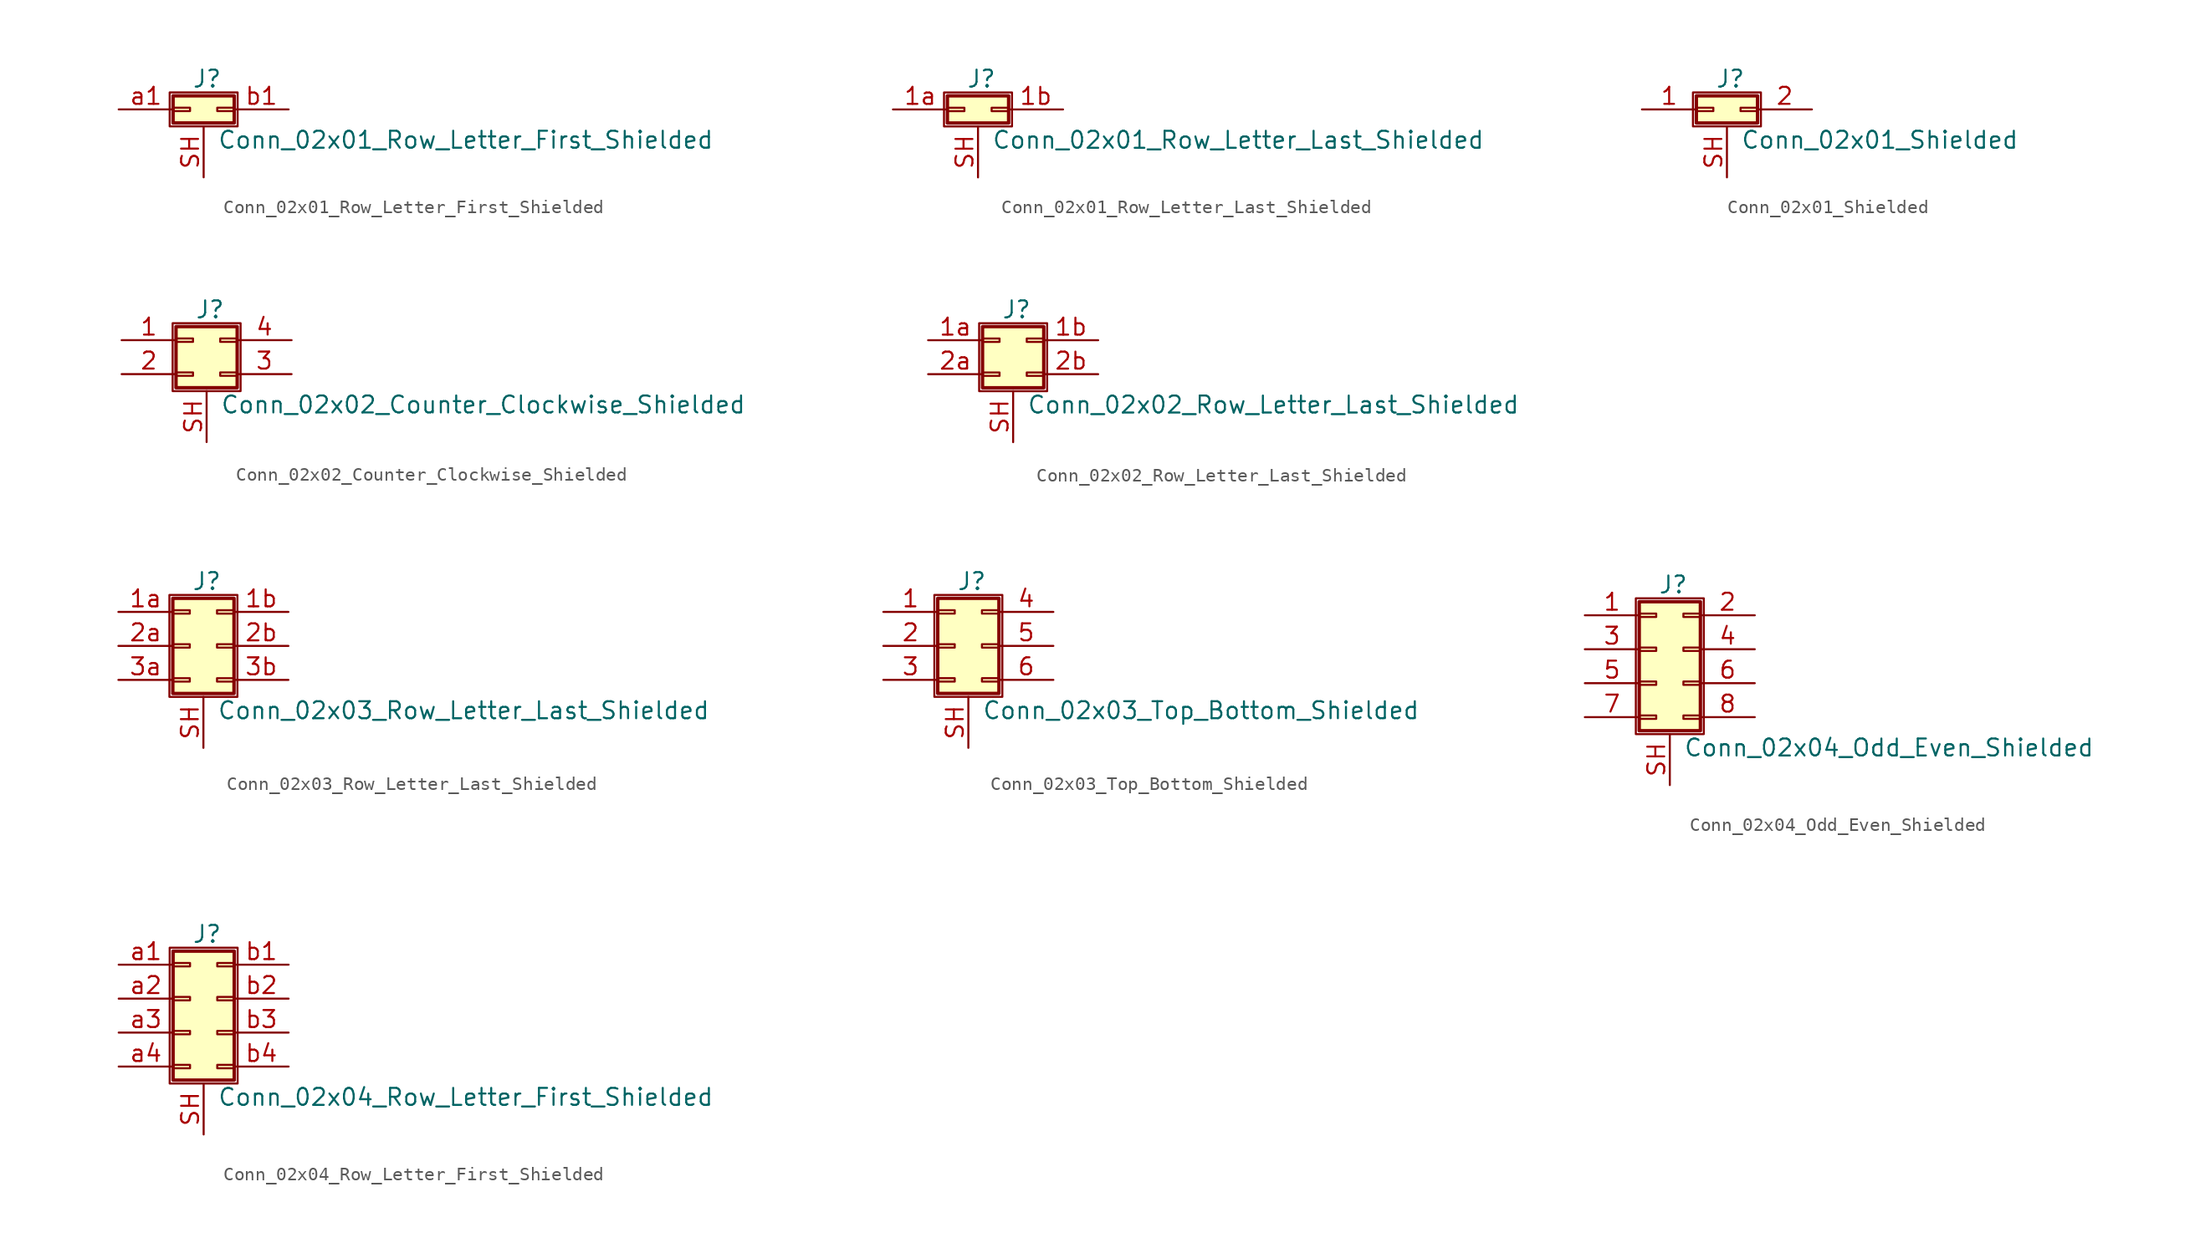
<source format=kicad_sym>
(kicad_symbol_lib
  (version 20211014)
  (generator kicad_symbol_editor)
  (symbol "Conn_02x01_Row_Letter_First_Shielded"
    (pin_names
      (offset 1.016) hide)
    (property "Reference" "J"
      (at 1.524 2.286 0)
      (effects (font (size 1.27 1.27))))
    (property "Value" "Conn_02x01_Row_Letter_First_Shielded"
      (at 2.286 -2.286 0)
      (effects (font (size 1.27 1.27)) (justify left)))
    (symbol "Conn_02x01_Row_Letter_First_Shielded_1_1"
      (rectangle (start -1.27 1.27) (end 3.81 -1.27) (stroke (width 0.152) (type default) (color 0 0 0 0)) (fill (type none)))
      (rectangle (start -1.016 0.127) (end 0.254 -0.127) (stroke (width 0.152) (type default) (color 0 0 0 0)) (fill (type none)))
      (rectangle (start -1.016 1.016) (end 3.556 -1.016) (stroke (width 0.254) (type default) (color 0 0 0 0)) (fill (type background)))
      (rectangle (start 3.556 0.127) (end 2.286 -0.127) (stroke (width 0.152) (type default) (color 0 0 0 0)) (fill (type none)))
      (pin passive line (at 1.27 -5.08 90) (length 3.81) (name "Shield" (effects (font (size 1.27 1.27)))) (number "SH" (effects (font (size 1.27 1.27)))))
      (pin passive line (at -5.08 0 0) (length 4.064) (name "Pin_a1" (effects (font (size 1.27 1.27)))) (number "a1" (effects (font (size 1.27 1.27)))))
      (pin passive line (at 7.62 0 180) (length 4.064) (name "Pin_b1" (effects (font (size 1.27 1.27)))) (number "b1" (effects (font (size 1.27 1.27)))))))
  (symbol "Conn_02x01_Row_Letter_Last_Shielded"
    (pin_names
      (offset 1.016) hide)
    (property "Reference" "J"
      (at 1.524 2.286 0)
      (effects (font (size 1.27 1.27))))
    (property "Value" "Conn_02x01_Row_Letter_Last_Shielded"
      (at 2.286 -2.286 0)
      (effects (font (size 1.27 1.27)) (justify left)))
    (symbol "Conn_02x01_Row_Letter_Last_Shielded_1_1"
      (rectangle (start -1.27 1.27) (end 3.81 -1.27) (stroke (width 0.152) (type default) (color 0 0 0 0)) (fill (type none)))
      (rectangle (start -1.016 0.127) (end 0.254 -0.127) (stroke (width 0.152) (type default) (color 0 0 0 0)) (fill (type none)))
      (rectangle (start -1.016 1.016) (end 3.556 -1.016) (stroke (width 0.254) (type default) (color 0 0 0 0)) (fill (type background)))
      (rectangle (start 3.556 0.127) (end 2.286 -0.127) (stroke (width 0.152) (type default) (color 0 0 0 0)) (fill (type none)))
      (pin passive line (at -5.08 0 0) (length 4.064) (name "Pin_1a" (effects (font (size 1.27 1.27)))) (number "1a" (effects (font (size 1.27 1.27)))))
      (pin passive line (at 7.62 0 180) (length 4.064) (name "Pin_1b" (effects (font (size 1.27 1.27)))) (number "1b" (effects (font (size 1.27 1.27)))))
      (pin passive line (at 1.27 -5.08 90) (length 3.81) (name "Shield" (effects (font (size 1.27 1.27)))) (number "SH" (effects (font (size 1.27 1.27)))))))
  (symbol "Conn_02x01_Shielded"
    (pin_names
      (offset 1.016) hide)
    (property "Reference" "J"
      (at 1.524 2.286 0)
      (effects (font (size 1.27 1.27))))
    (property "Value" "Conn_02x01_Shielded"
      (at 2.286 -2.286 0)
      (effects (font (size 1.27 1.27)) (justify left)))
    (symbol "Conn_02x01_Shielded_1_1"
      (rectangle (start -1.27 1.27) (end 3.81 -1.27) (stroke (width 0.152) (type default) (color 0 0 0 0)) (fill (type none)))
      (rectangle (start -1.016 0.127) (end 0.254 -0.127) (stroke (width 0.152) (type default) (color 0 0 0 0)) (fill (type none)))
      (rectangle (start -1.016 1.016) (end 3.556 -1.016) (stroke (width 0.254) (type default) (color 0 0 0 0)) (fill (type background)))
      (rectangle (start 3.556 0.127) (end 2.286 -0.127) (stroke (width 0.152) (type default) (color 0 0 0 0)) (fill (type none)))
      (pin passive line (at -5.08 0 0) (length 4.064) (name "Pin_1" (effects (font (size 1.27 1.27)))) (number "1" (effects (font (size 1.27 1.27)))))
      (pin passive line (at 7.62 0 180) (length 4.064) (name "Pin_2" (effects (font (size 1.27 1.27)))) (number "2" (effects (font (size 1.27 1.27)))))
      (pin passive line (at 1.27 -5.08 90) (length 3.81) (name "Shield" (effects (font (size 1.27 1.27)))) (number "SH" (effects (font (size 1.27 1.27)))))))
  (symbol "Conn_02x02_Counter_Clockwise_Shielded"
    (pin_names
      (offset 1.016) hide)
    (property "Reference" "J"
      (at 1.524 2.286 0)
      (effects (font (size 1.27 1.27))))
    (property "Value" "Conn_02x02_Counter_Clockwise_Shielded"
      (at 2.286 -4.826 0)
      (effects (font (size 1.27 1.27)) (justify left)))
    (symbol "Conn_02x02_Counter_Clockwise_Shielded_1_1"
      (rectangle (start -1.27 1.27) (end 3.81 -3.81) (stroke (width 0.152) (type default) (color 0 0 0 0)) (fill (type none)))
      (rectangle (start -1.016 -2.413) (end 0.254 -2.667) (stroke (width 0.152) (type default) (color 0 0 0 0)) (fill (type none)))
      (rectangle (start -1.016 0.127) (end 0.254 -0.127) (stroke (width 0.152) (type default) (color 0 0 0 0)) (fill (type none)))
      (rectangle (start -1.016 1.016) (end 3.556 -3.556) (stroke (width 0.254) (type default) (color 0 0 0 0)) (fill (type background)))
      (rectangle (start 3.556 -2.413) (end 2.286 -2.667) (stroke (width 0.152) (type default) (color 0 0 0 0)) (fill (type none)))
      (rectangle (start 3.556 0.127) (end 2.286 -0.127) (stroke (width 0.152) (type default) (color 0 0 0 0)) (fill (type none)))
      (pin passive line (at -5.08 0 0) (length 4.064) (name "Pin_1" (effects (font (size 1.27 1.27)))) (number "1" (effects (font (size 1.27 1.27)))))
      (pin passive line (at -5.08 -2.54 0) (length 4.064) (name "Pin_2" (effects (font (size 1.27 1.27)))) (number "2" (effects (font (size 1.27 1.27)))))
      (pin passive line (at 7.62 -2.54 180) (length 4.064) (name "Pin_3" (effects (font (size 1.27 1.27)))) (number "3" (effects (font (size 1.27 1.27)))))
      (pin passive line (at 7.62 0 180) (length 4.064) (name "Pin_4" (effects (font (size 1.27 1.27)))) (number "4" (effects (font (size 1.27 1.27)))))
      (pin passive line (at 1.27 -7.62 90) (length 3.81) (name "Shield" (effects (font (size 1.27 1.27)))) (number "SH" (effects (font (size 1.27 1.27)))))))
  (symbol "Conn_02x02_Row_Letter_Last_Shielded"
    (pin_names
      (offset 1.016) hide)
    (property "Reference" "J"
      (at 1.524 2.286 0)
      (effects (font (size 1.27 1.27))))
    (property "Value" "Conn_02x02_Row_Letter_Last_Shielded"
      (at 2.286 -4.826 0)
      (effects (font (size 1.27 1.27)) (justify left)))
    (symbol "Conn_02x02_Row_Letter_Last_Shielded_1_1"
      (rectangle (start -1.27 1.27) (end 3.81 -3.81) (stroke (width 0.152) (type default) (color 0 0 0 0)) (fill (type none)))
      (rectangle (start -1.016 -2.413) (end 0.254 -2.667) (stroke (width 0.152) (type default) (color 0 0 0 0)) (fill (type none)))
      (rectangle (start -1.016 0.127) (end 0.254 -0.127) (stroke (width 0.152) (type default) (color 0 0 0 0)) (fill (type none)))
      (rectangle (start -1.016 1.016) (end 3.556 -3.556) (stroke (width 0.254) (type default) (color 0 0 0 0)) (fill (type background)))
      (rectangle (start 3.556 -2.413) (end 2.286 -2.667) (stroke (width 0.152) (type default) (color 0 0 0 0)) (fill (type none)))
      (rectangle (start 3.556 0.127) (end 2.286 -0.127) (stroke (width 0.152) (type default) (color 0 0 0 0)) (fill (type none)))
      (pin passive line (at -5.08 0 0) (length 4.064) (name "Pin_1a" (effects (font (size 1.27 1.27)))) (number "1a" (effects (font (size 1.27 1.27)))))
      (pin passive line (at 7.62 0 180) (length 4.064) (name "Pin_1b" (effects (font (size 1.27 1.27)))) (number "1b" (effects (font (size 1.27 1.27)))))
      (pin passive line (at -5.08 -2.54 0) (length 4.064) (name "Pin_2a" (effects (font (size 1.27 1.27)))) (number "2a" (effects (font (size 1.27 1.27)))))
      (pin passive line (at 7.62 -2.54 180) (length 4.064) (name "Pin_2b" (effects (font (size 1.27 1.27)))) (number "2b" (effects (font (size 1.27 1.27)))))
      (pin passive line (at 1.27 -7.62 90) (length 3.81) (name "Shield" (effects (font (size 1.27 1.27)))) (number "SH" (effects (font (size 1.27 1.27)))))))
  (symbol "Conn_02x03_Row_Letter_Last_Shielded"
    (pin_names
      (offset 1.016) hide)
    (property "Reference" "J"
      (at 1.524 4.826 0)
      (effects (font (size 1.27 1.27))))
    (property "Value" "Conn_02x03_Row_Letter_Last_Shielded"
      (at 2.286 -4.826 0)
      (effects (font (size 1.27 1.27)) (justify left)))
    (symbol "Conn_02x03_Row_Letter_Last_Shielded_1_1"
      (rectangle (start -1.27 3.81) (end 3.81 -3.81) (stroke (width 0.152) (type default) (color 0 0 0 0)) (fill (type none)))
      (rectangle (start -1.016 -2.413) (end 0.254 -2.667) (stroke (width 0.152) (type default) (color 0 0 0 0)) (fill (type none)))
      (rectangle (start -1.016 0.127) (end 0.254 -0.127) (stroke (width 0.152) (type default) (color 0 0 0 0)) (fill (type none)))
      (rectangle (start -1.016 2.667) (end 0.254 2.413) (stroke (width 0.152) (type default) (color 0 0 0 0)) (fill (type none)))
      (rectangle (start -1.016 3.556) (end 3.556 -3.556) (stroke (width 0.254) (type default) (color 0 0 0 0)) (fill (type background)))
      (rectangle (start 3.556 -2.413) (end 2.286 -2.667) (stroke (width 0.152) (type default) (color 0 0 0 0)) (fill (type none)))
      (rectangle (start 3.556 0.127) (end 2.286 -0.127) (stroke (width 0.152) (type default) (color 0 0 0 0)) (fill (type none)))
      (rectangle (start 3.556 2.667) (end 2.286 2.413) (stroke (width 0.152) (type default) (color 0 0 0 0)) (fill (type none)))
      (pin passive line (at -5.08 2.54 0) (length 4.064) (name "Pin_1a" (effects (font (size 1.27 1.27)))) (number "1a" (effects (font (size 1.27 1.27)))))
      (pin passive line (at 7.62 2.54 180) (length 4.064) (name "Pin_1b" (effects (font (size 1.27 1.27)))) (number "1b" (effects (font (size 1.27 1.27)))))
      (pin passive line (at -5.08 0 0) (length 4.064) (name "Pin_2a" (effects (font (size 1.27 1.27)))) (number "2a" (effects (font (size 1.27 1.27)))))
      (pin passive line (at 7.62 0 180) (length 4.064) (name "Pin_2b" (effects (font (size 1.27 1.27)))) (number "2b" (effects (font (size 1.27 1.27)))))
      (pin passive line (at -5.08 -2.54 0) (length 4.064) (name "Pin_3a" (effects (font (size 1.27 1.27)))) (number "3a" (effects (font (size 1.27 1.27)))))
      (pin passive line (at 7.62 -2.54 180) (length 4.064) (name "Pin_3b" (effects (font (size 1.27 1.27)))) (number "3b" (effects (font (size 1.27 1.27)))))
      (pin passive line (at 1.27 -7.62 90) (length 3.81) (name "Shield" (effects (font (size 1.27 1.27)))) (number "SH" (effects (font (size 1.27 1.27)))))))
  (symbol "Conn_02x03_Top_Bottom_Shielded"
    (pin_names
      (offset 1.016) hide)
    (property "Reference" "J"
      (at 1.524 4.826 0)
      (effects (font (size 1.27 1.27))))
    (property "Value" "Conn_02x03_Top_Bottom_Shielded"
      (at 2.286 -4.826 0)
      (effects (font (size 1.27 1.27)) (justify left)))
    (symbol "Conn_02x03_Top_Bottom_Shielded_1_1"
      (rectangle (start -1.27 3.81) (end 3.81 -3.81) (stroke (width 0.152) (type default) (color 0 0 0 0)) (fill (type none)))
      (rectangle (start -1.016 -2.413) (end 0.254 -2.667) (stroke (width 0.152) (type default) (color 0 0 0 0)) (fill (type none)))
      (rectangle (start -1.016 0.127) (end 0.254 -0.127) (stroke (width 0.152) (type default) (color 0 0 0 0)) (fill (type none)))
      (rectangle (start -1.016 2.667) (end 0.254 2.413) (stroke (width 0.152) (type default) (color 0 0 0 0)) (fill (type none)))
      (rectangle (start -1.016 3.556) (end 3.556 -3.556) (stroke (width 0.254) (type default) (color 0 0 0 0)) (fill (type background)))
      (rectangle (start 3.556 -2.413) (end 2.286 -2.667) (stroke (width 0.152) (type default) (color 0 0 0 0)) (fill (type none)))
      (rectangle (start 3.556 0.127) (end 2.286 -0.127) (stroke (width 0.152) (type default) (color 0 0 0 0)) (fill (type none)))
      (rectangle (start 3.556 2.667) (end 2.286 2.413) (stroke (width 0.152) (type default) (color 0 0 0 0)) (fill (type none)))
      (pin passive line (at -5.08 2.54 0) (length 4.064) (name "Pin_1" (effects (font (size 1.27 1.27)))) (number "1" (effects (font (size 1.27 1.27)))))
      (pin passive line (at -5.08 0 0) (length 4.064) (name "Pin_2" (effects (font (size 1.27 1.27)))) (number "2" (effects (font (size 1.27 1.27)))))
      (pin passive line (at -5.08 -2.54 0) (length 4.064) (name "Pin_3" (effects (font (size 1.27 1.27)))) (number "3" (effects (font (size 1.27 1.27)))))
      (pin passive line (at 7.62 2.54 180) (length 4.064) (name "Pin_4" (effects (font (size 1.27 1.27)))) (number "4" (effects (font (size 1.27 1.27)))))
      (pin passive line (at 7.62 0 180) (length 4.064) (name "Pin_5" (effects (font (size 1.27 1.27)))) (number "5" (effects (font (size 1.27 1.27)))))
      (pin passive line (at 7.62 -2.54 180) (length 4.064) (name "Pin_6" (effects (font (size 1.27 1.27)))) (number "6" (effects (font (size 1.27 1.27)))))
      (pin passive line (at 1.27 -7.62 90) (length 3.81) (name "Shield" (effects (font (size 1.27 1.27)))) (number "SH" (effects (font (size 1.27 1.27)))))))
  (symbol "Conn_02x04_Odd_Even_Shielded"
    (pin_names
      (offset 1.016) hide)
    (property "Reference" "J"
      (at 1.524 4.826 0)
      (effects (font (size 1.27 1.27))))
    (property "Value" "Conn_02x04_Odd_Even_Shielded"
      (at 2.286 -7.366 0)
      (effects (font (size 1.27 1.27)) (justify left)))
    (symbol "Conn_02x04_Odd_Even_Shielded_1_1"
      (rectangle (start -1.27 3.81) (end 3.81 -6.35) (stroke (width 0.152) (type default) (color 0 0 0 0)) (fill (type none)))
      (rectangle (start -1.016 -4.953) (end 0.254 -5.207) (stroke (width 0.152) (type default) (color 0 0 0 0)) (fill (type none)))
      (rectangle (start -1.016 -2.413) (end 0.254 -2.667) (stroke (width 0.152) (type default) (color 0 0 0 0)) (fill (type none)))
      (rectangle (start -1.016 0.127) (end 0.254 -0.127) (stroke (width 0.152) (type default) (color 0 0 0 0)) (fill (type none)))
      (rectangle (start -1.016 2.667) (end 0.254 2.413) (stroke (width 0.152) (type default) (color 0 0 0 0)) (fill (type none)))
      (rectangle (start -1.016 3.556) (end 3.556 -6.096) (stroke (width 0.254) (type default) (color 0 0 0 0)) (fill (type background)))
      (rectangle (start 3.556 -4.953) (end 2.286 -5.207) (stroke (width 0.152) (type default) (color 0 0 0 0)) (fill (type none)))
      (rectangle (start 3.556 -2.413) (end 2.286 -2.667) (stroke (width 0.152) (type default) (color 0 0 0 0)) (fill (type none)))
      (rectangle (start 3.556 0.127) (end 2.286 -0.127) (stroke (width 0.152) (type default) (color 0 0 0 0)) (fill (type none)))
      (rectangle (start 3.556 2.667) (end 2.286 2.413) (stroke (width 0.152) (type default) (color 0 0 0 0)) (fill (type none)))
      (pin passive line (at -5.08 2.54 0) (length 4.064) (name "Pin_1" (effects (font (size 1.27 1.27)))) (number "1" (effects (font (size 1.27 1.27)))))
      (pin passive line (at 7.62 2.54 180) (length 4.064) (name "Pin_2" (effects (font (size 1.27 1.27)))) (number "2" (effects (font (size 1.27 1.27)))))
      (pin passive line (at -5.08 0 0) (length 4.064) (name "Pin_3" (effects (font (size 1.27 1.27)))) (number "3" (effects (font (size 1.27 1.27)))))
      (pin passive line (at 7.62 0 180) (length 4.064) (name "Pin_4" (effects (font (size 1.27 1.27)))) (number "4" (effects (font (size 1.27 1.27)))))
      (pin passive line (at -5.08 -2.54 0) (length 4.064) (name "Pin_5" (effects (font (size 1.27 1.27)))) (number "5" (effects (font (size 1.27 1.27)))))
      (pin passive line (at 7.62 -2.54 180) (length 4.064) (name "Pin_6" (effects (font (size 1.27 1.27)))) (number "6" (effects (font (size 1.27 1.27)))))
      (pin passive line (at -5.08 -5.08 0) (length 4.064) (name "Pin_7" (effects (font (size 1.27 1.27)))) (number "7" (effects (font (size 1.27 1.27)))))
      (pin passive line (at 7.62 -5.08 180) (length 4.064) (name "Pin_8" (effects (font (size 1.27 1.27)))) (number "8" (effects (font (size 1.27 1.27)))))
      (pin passive line (at 1.27 -10.16 90) (length 3.81) (name "Shield" (effects (font (size 1.27 1.27)))) (number "SH" (effects (font (size 1.27 1.27)))))))
  (symbol "Conn_02x04_Row_Letter_First_Shielded"
    (pin_names
      (offset 1.016) hide)
    (property "Reference" "J"
      (at 1.524 4.826 0)
      (effects (font (size 1.27 1.27))))
    (property "Value" "Conn_02x04_Row_Letter_First_Shielded"
      (at 2.286 -7.366 0)
      (effects (font (size 1.27 1.27)) (justify left)))
    (symbol "Conn_02x04_Row_Letter_First_Shielded_1_1"
      (rectangle (start -1.27 3.81) (end 3.81 -6.35) (stroke (width 0.152) (type default) (color 0 0 0 0)) (fill (type none)))
      (rectangle (start -1.016 -4.953) (end 0.254 -5.207) (stroke (width 0.152) (type default) (color 0 0 0 0)) (fill (type none)))
      (rectangle (start -1.016 -2.413) (end 0.254 -2.667) (stroke (width 0.152) (type default) (color 0 0 0 0)) (fill (type none)))
      (rectangle (start -1.016 0.127) (end 0.254 -0.127) (stroke (width 0.152) (type default) (color 0 0 0 0)) (fill (type none)))
      (rectangle (start -1.016 2.667) (end 0.254 2.413) (stroke (width 0.152) (type default) (color 0 0 0 0)) (fill (type none)))
      (rectangle (start -1.016 3.556) (end 3.556 -6.096) (stroke (width 0.254) (type default) (color 0 0 0 0)) (fill (type background)))
      (rectangle (start 3.556 -4.953) (end 2.286 -5.207) (stroke (width 0.152) (type default) (color 0 0 0 0)) (fill (type none)))
      (rectangle (start 3.556 -2.413) (end 2.286 -2.667) (stroke (width 0.152) (type default) (color 0 0 0 0)) (fill (type none)))
      (rectangle (start 3.556 0.127) (end 2.286 -0.127) (stroke (width 0.152) (type default) (color 0 0 0 0)) (fill (type none)))
      (rectangle (start 3.556 2.667) (end 2.286 2.413) (stroke (width 0.152) (type default) (color 0 0 0 0)) (fill (type none)))
      (pin passive line (at 1.27 -10.16 90) (length 3.81) (name "Shield" (effects (font (size 1.27 1.27)))) (number "SH" (effects (font (size 1.27 1.27)))))
      (pin passive line (at -5.08 2.54 0) (length 4.064) (name "Pin_a1" (effects (font (size 1.27 1.27)))) (number "a1" (effects (font (size 1.27 1.27)))))
      (pin passive line (at -5.08 0 0) (length 4.064) (name "Pin_a2" (effects (font (size 1.27 1.27)))) (number "a2" (effects (font (size 1.27 1.27)))))
      (pin passive line (at -5.08 -2.54 0) (length 4.064) (name "Pin_a3" (effects (font (size 1.27 1.27)))) (number "a3" (effects (font (size 1.27 1.27)))))
      (pin passive line (at -5.08 -5.08 0) (length 4.064) (name "Pin_a4" (effects (font (size 1.27 1.27)))) (number "a4" (effects (font (size 1.27 1.27)))))
      (pin passive line (at 7.62 2.54 180) (length 4.064) (name "Pin_b1" (effects (font (size 1.27 1.27)))) (number "b1" (effects (font (size 1.27 1.27)))))
      (pin passive line (at 7.62 0 180) (length 4.064) (name "Pin_b2" (effects (font (size 1.27 1.27)))) (number "b2" (effects (font (size 1.27 1.27)))))
      (pin passive line (at 7.62 -2.54 180) (length 4.064) (name "Pin_b3" (effects (font (size 1.27 1.27)))) (number "b3" (effects (font (size 1.27 1.27)))))
      (pin passive line (at 7.62 -5.08 180) (length 4.064) (name "Pin_b4" (effects (font (size 1.27 1.27)))) (number "b4" (effects (font (size 1.27 1.27))))))))
</source>
